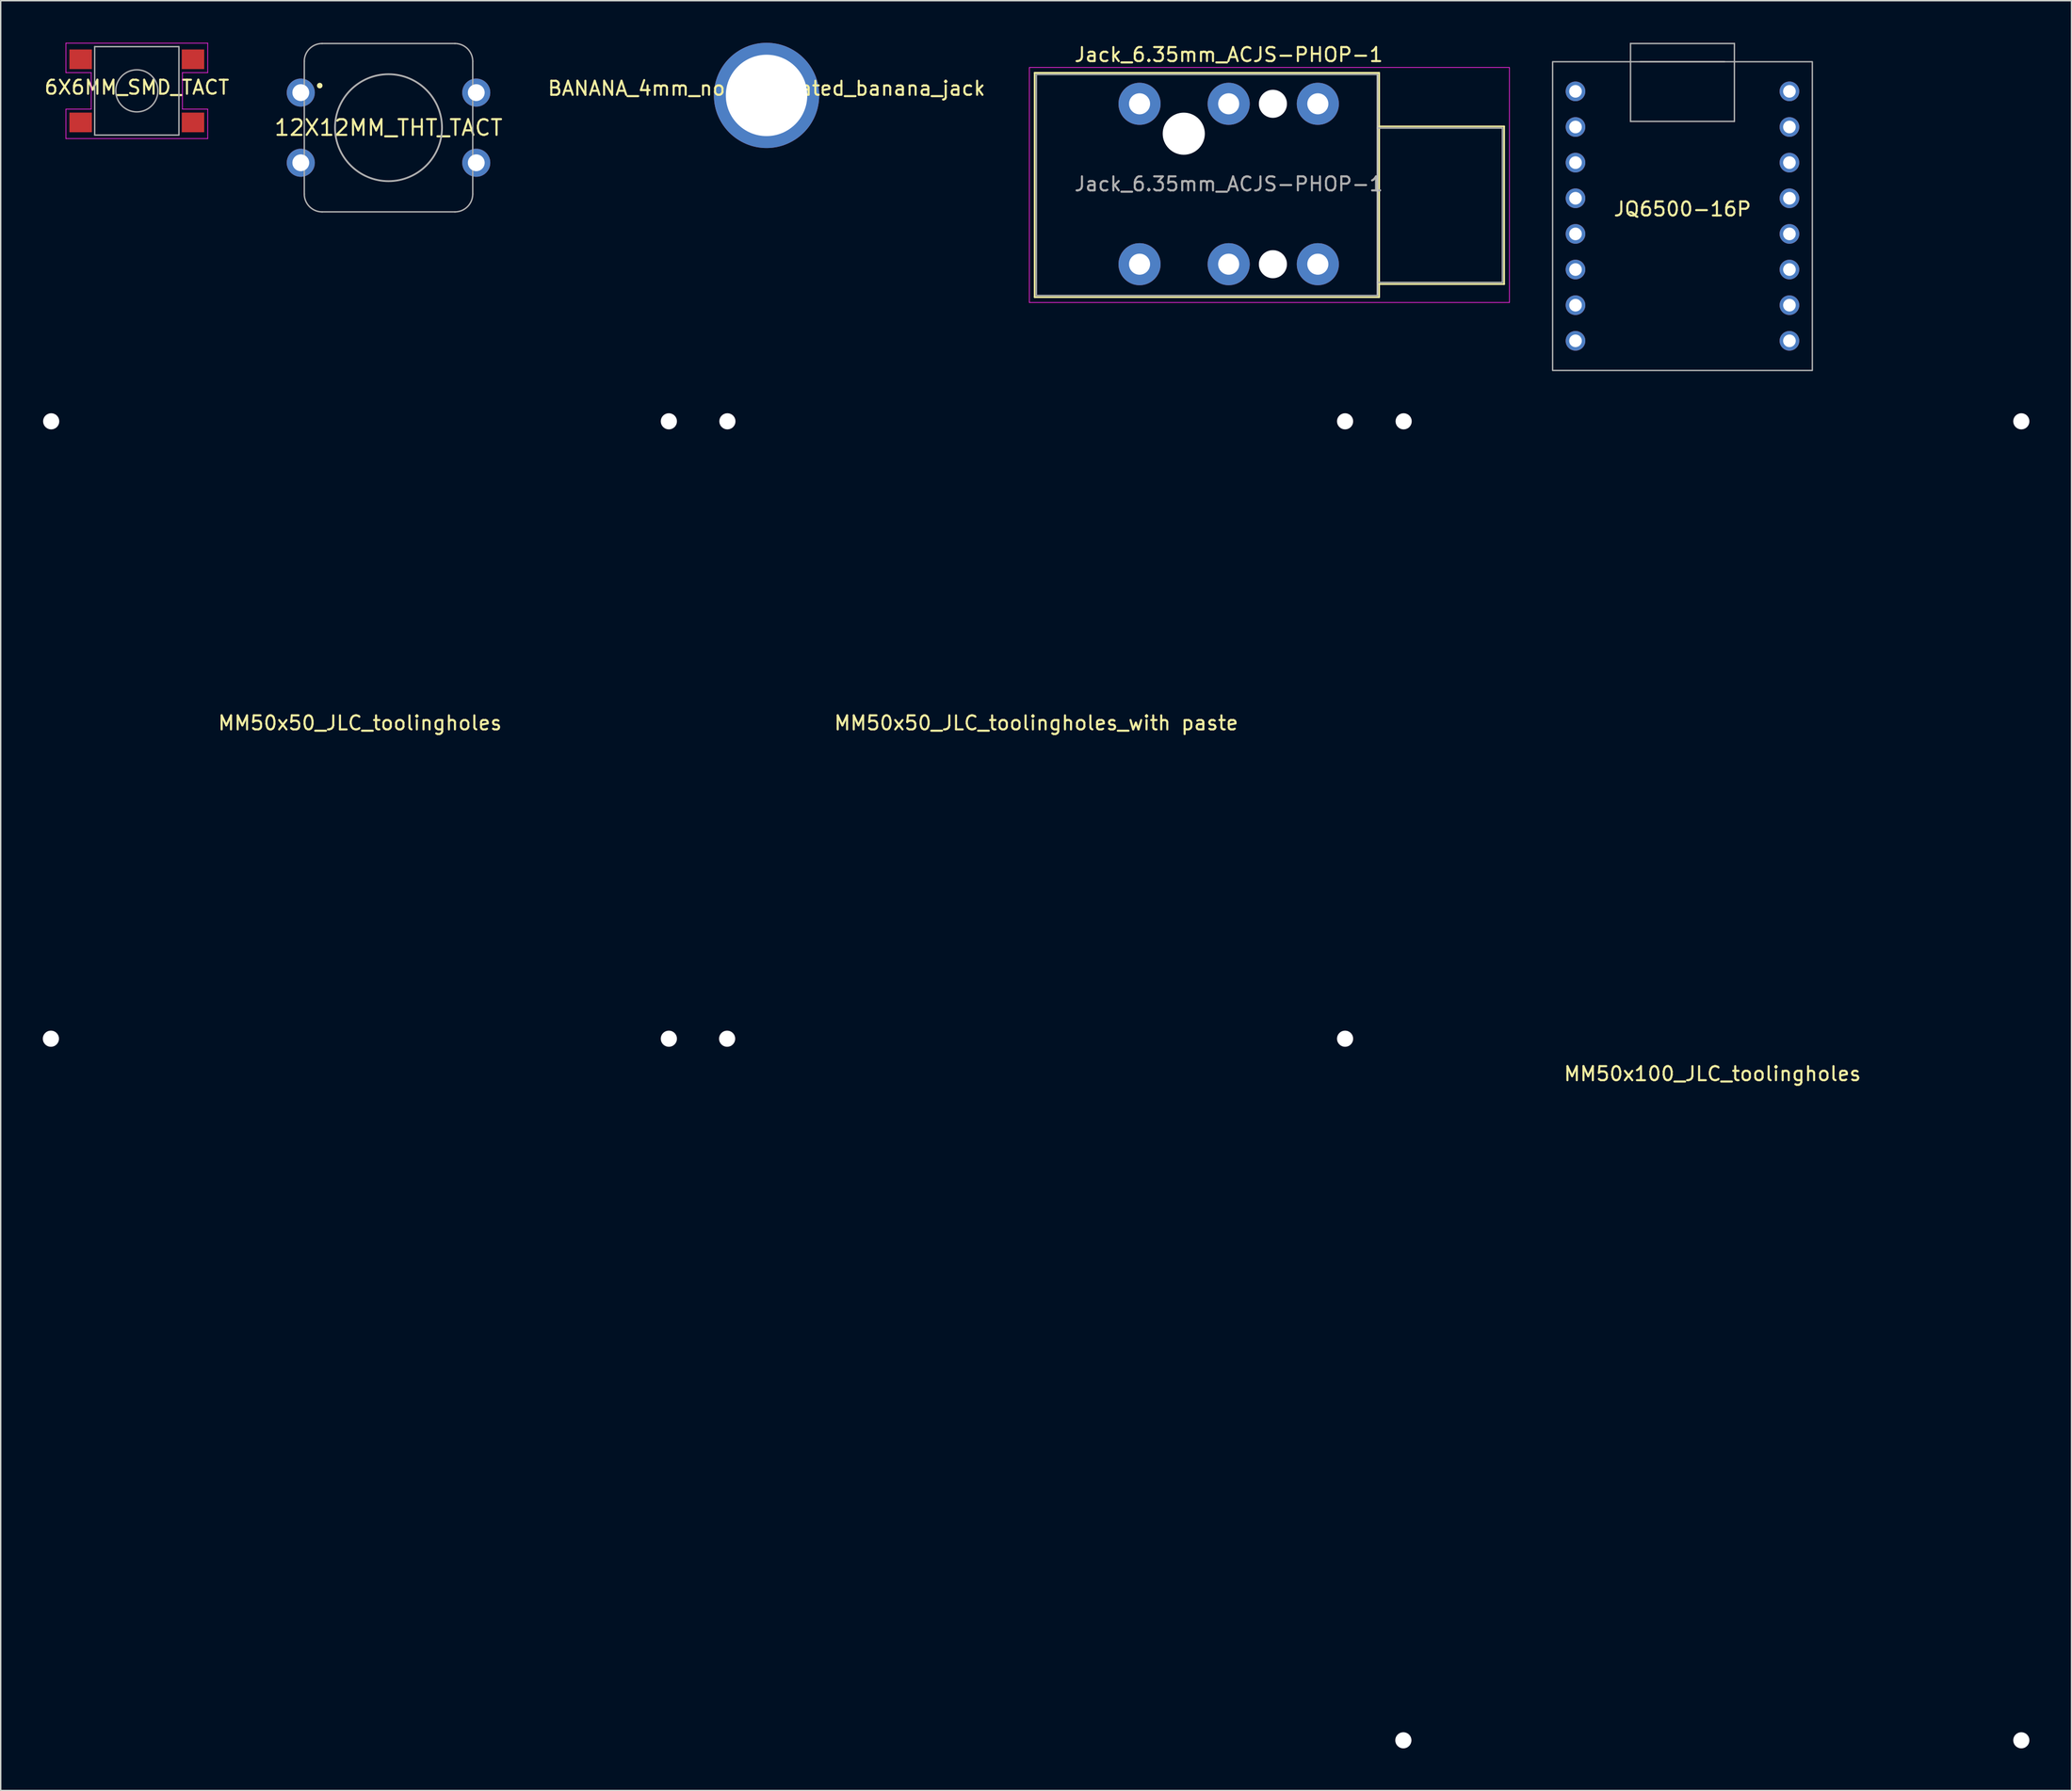
<source format=kicad_pcb>
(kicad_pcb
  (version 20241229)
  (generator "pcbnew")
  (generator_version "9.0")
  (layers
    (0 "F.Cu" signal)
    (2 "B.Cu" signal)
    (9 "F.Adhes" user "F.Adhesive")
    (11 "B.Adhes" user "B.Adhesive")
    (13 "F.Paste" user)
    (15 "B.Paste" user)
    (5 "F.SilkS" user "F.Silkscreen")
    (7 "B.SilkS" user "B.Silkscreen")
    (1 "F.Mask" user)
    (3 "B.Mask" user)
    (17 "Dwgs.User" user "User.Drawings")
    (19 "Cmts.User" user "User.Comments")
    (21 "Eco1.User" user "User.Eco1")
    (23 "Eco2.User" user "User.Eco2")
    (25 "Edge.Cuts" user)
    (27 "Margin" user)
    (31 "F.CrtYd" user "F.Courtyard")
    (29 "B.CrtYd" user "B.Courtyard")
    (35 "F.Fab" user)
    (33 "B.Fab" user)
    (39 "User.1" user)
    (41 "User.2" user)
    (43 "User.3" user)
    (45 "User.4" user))
  (footprint "12X12MM_THT_TACT"
    (layer "F.Cu")
    (at 24.626 6.05)
    (property "Reference" "12X12MM_THT_TACT" (at 0 0 0) (layer "F.SilkS") (effects (font (size 1.118 1.118) (thickness 0.152))))
    (fp_circle (center -4.9 -3) (end -4.8 -3) (stroke (width 0.2) (type solid)) (fill no) (layer "F.SilkS"))
    (fp_line (start -6 4.73) (end -6 -4.73) (stroke (width 0.1) (type solid)) (layer "F.Fab"))
    (fp_line (start -4.73 -6) (end 4.73 -6) (stroke (width 0.1) (type solid)) (layer "F.Fab"))
    (fp_line (start 4.73 6) (end -4.73 6) (stroke (width 0.1) (type solid)) (layer "F.Fab"))
    (fp_line (start 6 -4.73) (end 6 4.73) (stroke (width 0.1) (type solid)) (layer "F.Fab"))
    (fp_arc (start -6 -4.73) (mid -5.628026 -5.628026) (end -4.73 -6) (stroke (width 0.1) (type solid)) (layer "F.Fab"))
    (fp_arc (start -4.73 6) (mid -5.628026 5.628026) (end -6 4.73) (stroke (width 0.1) (type solid)) (layer "F.Fab"))
    (fp_arc (start 4.73 -6) (mid 5.628026 -5.628026) (end 6 -4.73) (stroke (width 0.1) (type solid)) (layer "F.Fab"))
    (fp_arc (start 6 4.73) (mid 5.628026 5.628026) (end 4.73 6) (stroke (width 0.1) (type solid)) (layer "F.Fab"))
    (fp_circle (center 0 0) (end 3.81 0) (stroke (width 0.127) (type solid)) (fill no) (layer "F.Fab"))
    (pad "1" thru_hole circle (at -6.25 -2.5) (size 2 2) (drill 1.2) (layers "*.Cu" "*.Mask"))
    (pad "1" thru_hole circle (at 6.25 -2.5) (size 2 2) (drill 1.2) (layers "*.Cu" "*.Mask"))
    (pad "2" thru_hole circle (at -6.25 2.5) (size 2 2) (drill 1.2) (layers "*.Cu" "*.Mask"))
    (pad "2" thru_hole circle (at 6.25 2.5) (size 2 2) (drill 1.2) (layers "*.Cu" "*.Mask")))
  (footprint "MM50x50_JLC_toolingholes"
    (layer "F.Cu")
    (at 22.596 48.976)
    (property "Reference" "MM50x50_JLC_toolingholes" (at 0 -0.5 0) (unlocked yes) (layer "F.SilkS") (effects (font (size 1 1) (thickness 0.15))))
    (pad "" np_thru_hole circle (at -22.02 22) (size 1.152 1.152) (drill 1.152) (layers "*.Cu" "*.Mask"))
    (pad "" np_thru_hole circle (at -22 -22) (size 1.152 1.152) (drill 1.152) (layers "*.Cu" "*.Mask"))
    (pad "" np_thru_hole circle (at 22 -22) (size 1.152 1.152) (drill 1.152) (layers "*.Cu" "*.Mask"))
    (pad "" np_thru_hole circle (at 22 22) (size 1.152 1.152) (drill 1.152) (layers "*.Cu" "*.Mask")))
  (footprint "BANANA_4mm_non_insulated_banana_jack"
    (layer "F.Cu")
    (at 51.555 3.75)
    (property "Reference" "BANANA_4mm_non_insulated_banana_jack" (at 0 -0.5 0) (unlocked yes) (layer "F.SilkS") (effects (font (size 1 1) (thickness 0.15))))
    (attr through_hole)
    (pad "1" thru_hole circle (at 0 0) (size 7.5 7.5) (drill 5.8) (layers "*.Cu" "*.Mask")))
  (footprint "JQ6500-16P"
    (layer "F.Cu")
    (at 116.801 12.35)
    (property "Reference" "JQ6500-16P" (at 0 -0.5 0) (unlocked yes) (layer "F.SilkS") (effects (font (size 1 1) (thickness 0.15))))
    (attr through_hole)
    (fp_line (start -3.7 -12.3) (end -3.7 -6.75) (stroke (width 0.1) (type solid)) (layer "F.Fab"))
    (fp_line (start 3 -11) (end -3 -11) (stroke (width 0.1) (type solid)) (layer "F.Fab"))
    (fp_line (start 3.7 -12.3) (end -3.7 -12.3) (stroke (width 0.1) (type solid)) (layer "F.Fab"))
    (fp_line (start 3.7 -12.3) (end 3.7 -6.75) (stroke (width 0.1) (type solid)) (layer "F.Fab"))
    (fp_line (start 3.7 -6.75) (end -3.7 -6.75) (stroke (width 0.1) (type solid)) (layer "F.Fab"))
    (fp_rect (start -9.25 -11) (end 9.25 11) (stroke (width 0.1) (type default)) (fill no) (layer "F.Fab"))
    (pad "1" thru_hole circle (at -7.62 -8.89) (size 1.4 1.4) (drill 0.9) (layers "*.Cu" "*.Mask"))
    (pad "2" thru_hole circle (at -7.62 -6.35) (size 1.4 1.4) (drill 0.9) (layers "*.Cu" "*.Mask"))
    (pad "3" thru_hole circle (at -7.62 -3.81) (size 1.4 1.4) (drill 0.9) (layers "*.Cu" "*.Mask"))
    (pad "4" thru_hole circle (at -7.62 -1.27) (size 1.4 1.4) (drill 0.9) (layers "*.Cu" "*.Mask"))
    (pad "5" thru_hole circle (at -7.62 1.27) (size 1.4 1.4) (drill 0.9) (layers "*.Cu" "*.Mask"))
    (pad "6" thru_hole circle (at -7.62 3.81) (size 1.4 1.4) (drill 0.9) (layers "*.Cu" "*.Mask"))
    (pad "7" thru_hole circle (at -7.62 6.35) (size 1.4 1.4) (drill 0.9) (layers "*.Cu" "*.Mask"))
    (pad "8" thru_hole circle (at -7.62 8.89) (size 1.4 1.4) (drill 0.9) (layers "*.Cu" "*.Mask"))
    (pad "9" thru_hole circle (at 7.62 8.89) (size 1.4 1.4) (drill 0.9) (layers "*.Cu" "*.Mask"))
    (pad "10" thru_hole circle (at 7.62 6.35) (size 1.4 1.4) (drill 0.9) (layers "*.Cu" "*.Mask"))
    (pad "11" thru_hole circle (at 7.62 3.81) (size 1.4 1.4) (drill 0.9) (layers "*.Cu" "*.Mask"))
    (pad "12" thru_hole circle (at 7.62 1.27) (size 1.4 1.4) (drill 0.9) (layers "*.Cu" "*.Mask"))
    (pad "13" thru_hole circle (at 7.62 -1.27) (size 1.4 1.4) (drill 0.9) (layers "*.Cu" "*.Mask"))
    (pad "14" thru_hole circle (at 7.62 -3.81) (size 1.4 1.4) (drill 0.9) (layers "*.Cu" "*.Mask"))
    (pad "15" thru_hole circle (at 7.62 -6.35) (size 1.4 1.4) (drill 0.9) (layers "*.Cu" "*.Mask"))
    (pad "16" thru_hole circle (at 7.62 -8.89) (size 1.4 1.4) (drill 0.9) (layers "*.Cu" "*.Mask")))
  (footprint "MM50x100_JLC_toolingholes"
    (layer "F.Cu")
    (at 118.939 73.976)
    (property "Reference" "MM50x100_JLC_toolingholes" (at 0 -0.5 0) (unlocked yes) (layer "F.SilkS") (effects (font (size 1 1) (thickness 0.15))))
    (pad "" np_thru_hole circle (at -22.02 47) (size 1.152 1.152) (drill 1.152) (layers "*.Cu" "*.Mask"))
    (pad "" np_thru_hole circle (at -22 -47) (size 1.152 1.152) (drill 1.152) (layers "*.Cu" "*.Mask"))
    (pad "" np_thru_hole circle (at 22 -47) (size 1.152 1.152) (drill 1.152) (layers "*.Cu" "*.Mask"))
    (pad "" np_thru_hole circle (at 22 47) (size 1.152 1.152) (drill 1.152) (layers "*.Cu" "*.Mask")))
  (footprint "MM50x50_JLC_toolingholes_with paste"
    (layer "F.Cu")
    (at 70.767 48.976)
    (property "Reference" "MM50x50_JLC_toolingholes_with paste" (at 0 -0.5 0) (unlocked yes) (layer "F.SilkS") (effects (font (size 1 1) (thickness 0.15))))
    (pad "" np_thru_hole circle (at -22.02 22) (size 1.152 1.152) (drill 1.152) (layers "*.Cu" "*.Mask" "B.Paste"))
    (pad "" np_thru_hole circle (at -22 -22) (size 1.152 1.152) (drill 1.152) (layers "*.Cu" "*.Mask" "B.Paste"))
    (pad "" np_thru_hole circle (at 22 -22) (size 1.152 1.152) (drill 1.152) (layers "*.Cu" "*.Mask" "B.Paste"))
    (pad "" np_thru_hole circle (at 22 22) (size 1.152 1.152) (drill 1.152) (layers "*.Cu" "*.Mask" "B.Paste")))
  (footprint "Jack_6.35mm_ACJS-PHOP-1"
    (layer "F.Cu")
    (at 95.096 11.578)
    (property "Reference" "Jack_6.35mm_ACJS-PHOP-1" (at -10.62 -10.73 0) (layer "F.SilkS") (effects (font (size 1 1) (thickness 0.15))))
    (attr through_hole)
    (fp_line (start -24.44 -9.44) (end 0.1 -9.44) (stroke (width 0.12) (type solid)) (layer "F.SilkS"))
    (fp_line (start -24.44 6.55) (end -24.44 -9.44) (stroke (width 0.12) (type solid)) (layer "F.SilkS"))
    (fp_line (start -24.44 6.55) (end 0.1 6.55) (stroke (width 0.12) (type solid)) (layer "F.SilkS"))
    (fp_line (start 0.1 -9.44) (end 0.1 6.55) (stroke (width 0.12) (type solid)) (layer "F.SilkS"))
    (fp_line (start 9 -5.62) (end 0.1 -5.62) (stroke (width 0.12) (type solid)) (layer "F.SilkS"))
    (fp_line (start 9 5.62) (end 0.1 5.62) (stroke (width 0.12) (type solid)) (layer "F.SilkS"))
    (fp_line (start 9 5.62) (end 9 -5.62) (stroke (width 0.12) (type solid)) (layer "F.SilkS"))
    (fp_line (start -0.02 -9.32) (end -0.02 6.43) (stroke (width 0.1) (type solid)) (layer "Dwgs.User"))
    (fp_line (start -24.82 6.93) (end -24.82 -9.82) (stroke (width 0.05) (type solid)) (layer "F.CrtYd"))
    (fp_line (start -24.82 6.93) (end 9.38 6.93) (stroke (width 0.05) (type solid)) (layer "F.CrtYd"))
    (fp_line (start 9.38 -9.82) (end -24.82 -9.82) (stroke (width 0.05) (type solid)) (layer "F.CrtYd"))
    (fp_line (start 9.38 6.93) (end 9.38 -9.82) (stroke (width 0.05) (type solid)) (layer "F.CrtYd"))
    (fp_line (start -24.32 -9.32) (end -0.02 -9.32) (stroke (width 0.1) (type solid)) (layer "F.Fab"))
    (fp_line (start -24.32 6.43) (end -24.32 -9.32) (stroke (width 0.1) (type solid)) (layer "F.Fab"))
    (fp_line (start -0.02 -9.32) (end -0.02 6.43) (stroke (width 0.1) (type solid)) (layer "F.Fab"))
    (fp_line (start -0.02 5.5) (end 8.88 5.5) (stroke (width 0.1) (type solid)) (layer "F.Fab"))
    (fp_line (start -0.02 6.43) (end -24.32 6.43) (stroke (width 0.1) (type solid)) (layer "F.Fab"))
    (fp_line (start 8.88 -5.5) (end -0.02 -5.5) (stroke (width 0.1) (type solid)) (layer "F.Fab"))
    (fp_line (start 8.88 5.5) (end 8.88 -5.5) (stroke (width 0.1) (type solid)) (layer "F.Fab"))
    (fp_text user "${REFERENCE}" (at -10.62 -1.515 0) (layer "F.Fab") (effects (font (size 1 1) (thickness 0.15))))
    (pad "" np_thru_hole circle (at -13.82 -5.1) (size 3 3) (drill 3) (layers "*.Cu" "*.Mask"))
    (pad "" np_thru_hole circle (at -7.47 -7.23) (size 2 2) (drill 2) (layers "*.Cu" "*.Mask"))
    (pad "" np_thru_hole circle (at -7.47 4.2) (size 2 2) (drill 2) (layers "*.Cu" "*.Mask"))
    (pad "G" thru_hole circle (at -4.27 4.2) (size 3 3) (drill 1.5) (layers "*.Cu" "*.Mask"))
    (pad "R" thru_hole circle (at -10.62 -7.23) (size 3 3) (drill 1.5) (layers "*.Cu" "*.Mask"))
    (pad "RN" thru_hole circle (at -10.62 4.2) (size 3 3) (drill 1.5) (layers "*.Cu" "*.Mask"))
    (pad "S" thru_hole circle (at -4.27 -7.23) (size 3 3) (drill 1.5) (layers "*.Cu" "*.Mask"))
    (pad "T" thru_hole circle (at -16.97 -7.23) (size 3 3) (drill 1.5) (layers "*.Cu" "*.Mask"))
    (pad "TN" thru_hole circle (at -16.97 4.2) (size 3 3) (drill 1.5) (layers "*.Cu" "*.Mask")))
  (footprint "6X6MM_SMD_TACT"
    (layer "F.Cu")
    (at 6.696 3.425)
    (property "Reference" "6X6MM_SMD_TACT" (at 0 -0.25 0) (layer "F.SilkS") (effects (font (size 1 1) (thickness 0.15))))
    (attr smd)
    (fp_line (start -5.05 -3.4) (end 5.05 -3.4) (stroke (width 0.05) (type solid)) (layer "F.CrtYd"))
    (fp_line (start -5.05 -1.3) (end -5.05 -3.4) (stroke (width 0.05) (type solid)) (layer "F.CrtYd"))
    (fp_line (start -5.05 1.3) (end -3.25 1.3) (stroke (width 0.05) (type solid)) (layer "F.CrtYd"))
    (fp_line (start -5.05 3.4) (end -5.05 1.3) (stroke (width 0.05) (type solid)) (layer "F.CrtYd"))
    (fp_line (start -3.25 -1.3) (end -5.05 -1.3) (stroke (width 0.05) (type solid)) (layer "F.CrtYd"))
    (fp_line (start -3.25 1.3) (end -3.25 -1.3) (stroke (width 0.05) (type solid)) (layer "F.CrtYd"))
    (fp_line (start 3.25 -1.3) (end 3.25 1.3) (stroke (width 0.05) (type solid)) (layer "F.CrtYd"))
    (fp_line (start 3.25 1.3) (end 5.05 1.3) (stroke (width 0.05) (type solid)) (layer "F.CrtYd"))
    (fp_line (start 5.05 -3.4) (end 5.05 -1.3) (stroke (width 0.05) (type solid)) (layer "F.CrtYd"))
    (fp_line (start 5.05 -1.3) (end 3.25 -1.3) (stroke (width 0.05) (type solid)) (layer "F.CrtYd"))
    (fp_line (start 5.05 1.3) (end 5.05 3.4) (stroke (width 0.05) (type solid)) (layer "F.CrtYd"))
    (fp_line (start 5.05 3.4) (end -5.05 3.4) (stroke (width 0.05) (type solid)) (layer "F.CrtYd"))
    (fp_line (start -3 -3.15) (end 3 -3.15) (stroke (width 0.1) (type solid)) (layer "F.Fab"))
    (fp_line (start -3 3.15) (end -3 -3.15) (stroke (width 0.1) (type solid)) (layer "F.Fab"))
    (fp_line (start 3 -3.15) (end 3 3.15) (stroke (width 0.1) (type solid)) (layer "F.Fab"))
    (fp_line (start 3 3.15) (end -3 3.15) (stroke (width 0.1) (type solid)) (layer "F.Fab"))
    (fp_circle (center 0 0) (end 1.5 0) (stroke (width 0.1) (type solid)) (fill no) (layer "F.Fab"))
    (pad "1" smd rect (at -4 -2.25 180) (size 1.6 1.4) (layers "F.Cu" "F.Mask" "F.Paste"))
    (pad "1" smd rect (at 4 -2.25 180) (size 1.6 1.4) (layers "F.Cu" "F.Mask" "F.Paste"))
    (pad "2" smd rect (at -4 2.25 180) (size 1.6 1.4) (layers "F.Cu" "F.Mask" "F.Paste"))
    (pad "2" smd rect (at 4 2.25 180) (size 1.6 1.4) (layers "F.Cu" "F.Mask" "F.Paste")))
  (gr_rect
    (start -3 -3)
    (end 144.515 124.552)
    (stroke (width 0.1) (type default))
    (fill no)
    (layer "Edge.Cuts")))
</source>
